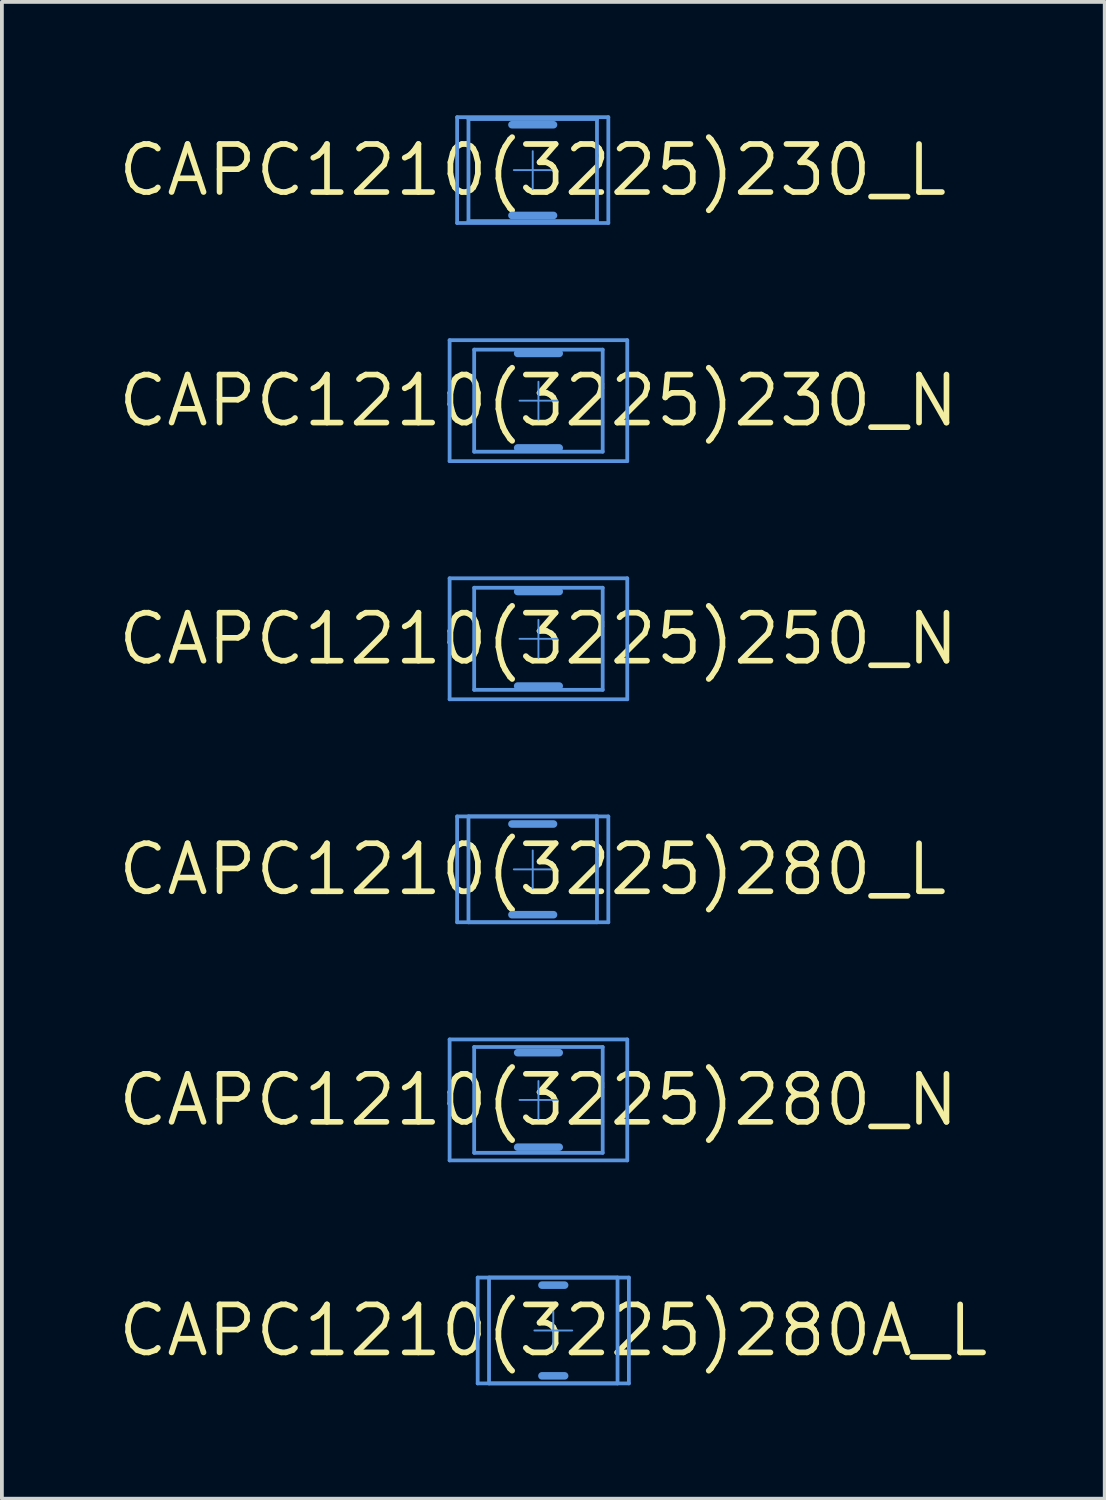
<source format=kicad_pcb>
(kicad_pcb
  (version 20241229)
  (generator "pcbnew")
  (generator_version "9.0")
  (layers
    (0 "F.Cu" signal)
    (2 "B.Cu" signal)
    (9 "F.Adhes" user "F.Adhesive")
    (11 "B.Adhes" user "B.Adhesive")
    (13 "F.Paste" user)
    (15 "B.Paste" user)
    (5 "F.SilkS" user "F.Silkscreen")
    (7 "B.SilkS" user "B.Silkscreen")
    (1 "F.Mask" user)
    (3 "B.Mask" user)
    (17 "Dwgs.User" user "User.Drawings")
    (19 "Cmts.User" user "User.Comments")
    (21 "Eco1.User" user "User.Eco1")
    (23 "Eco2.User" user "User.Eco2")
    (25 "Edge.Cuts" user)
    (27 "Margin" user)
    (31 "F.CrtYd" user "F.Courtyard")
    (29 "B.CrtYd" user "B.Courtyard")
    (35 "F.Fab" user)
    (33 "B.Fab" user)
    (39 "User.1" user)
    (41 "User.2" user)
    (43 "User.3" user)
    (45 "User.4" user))
  (footprint "CAPC1210(3225)280_L"
    (layer "F.Cu")
    (at 11.044 19.95)
    (property "Reference" "CAPC1210(3225)280_L" (at 0 0 0) (layer "F.SilkS") (effects (font (size 1.27 1.27) (thickness 0.15))))
    (attr through_hole)
    (fp_line (start -2 -1.4) (end 2 -1.4) (stroke (width 0.05) (type solid)) (layer "Cmts.User"))
    (fp_line (start -2 -1.4) (end 2 -1.4) (stroke (width 0.1) (type solid)) (layer "Cmts.User"))
    (fp_line (start -2 1.4) (end -2 -1.4) (stroke (width 0.05) (type solid)) (layer "Cmts.User"))
    (fp_line (start -2 1.4) (end -2 -1.4) (stroke (width 0.1) (type solid)) (layer "Cmts.User"))
    (fp_line (start -2 1.4) (end 2 1.4) (stroke (width 0.05) (type solid)) (layer "Cmts.User"))
    (fp_line (start -2 1.4) (end 2 1.4) (stroke (width 0.1) (type solid)) (layer "Cmts.User"))
    (fp_line (start -1.7 -1.4) (end 1.7 -1.4) (stroke (width 0.1) (type solid)) (layer "Cmts.User"))
    (fp_line (start -1.7 1.4) (end -1.7 -1.4) (stroke (width 0.1) (type solid)) (layer "Cmts.User"))
    (fp_line (start -1.7 1.4) (end 1.7 1.4) (stroke (width 0.1) (type solid)) (layer "Cmts.User"))
    (fp_line (start -0.55 -1.2) (end 0.55 -1.2) (stroke (width 0.2) (type solid)) (layer "Cmts.User"))
    (fp_line (start -0.55 1.2) (end 0.55 1.2) (stroke (width 0.2) (type solid)) (layer "Cmts.User"))
    (fp_line (start -0.5 0) (end 0.5 0) (stroke (width 0.05) (type solid)) (layer "Cmts.User"))
    (fp_line (start 0 0.5) (end 0 -0.5) (stroke (width 0.05) (type solid)) (layer "Cmts.User"))
    (fp_line (start 1.7 1.4) (end 1.7 -1.4) (stroke (width 0.1) (type solid)) (layer "Cmts.User"))
    (fp_line (start 2 1.4) (end 2 -1.4) (stroke (width 0.05) (type solid)) (layer "Cmts.User"))
    (fp_line (start 2 1.4) (end 2 -1.4) (stroke (width 0.1) (type solid)) (layer "Cmts.User")))
  (footprint "CAPC1210(3225)280_N"
    (layer "F.Cu")
    (at 11.195 26.05)
    (property "Reference" "CAPC1210(3225)280_N" (at 0 0 0) (layer "F.SilkS") (effects (font (size 1.27 1.27) (thickness 0.15))))
    (attr through_hole)
    (fp_line (start -2.35 -1.6) (end 2.35 -1.6) (stroke (width 0.05) (type solid)) (layer "Cmts.User"))
    (fp_line (start -2.35 -1.6) (end 2.35 -1.6) (stroke (width 0.1) (type solid)) (layer "Cmts.User"))
    (fp_line (start -2.35 1.6) (end -2.35 -1.6) (stroke (width 0.05) (type solid)) (layer "Cmts.User"))
    (fp_line (start -2.35 1.6) (end -2.35 -1.6) (stroke (width 0.1) (type solid)) (layer "Cmts.User"))
    (fp_line (start -2.35 1.6) (end 2.35 1.6) (stroke (width 0.05) (type solid)) (layer "Cmts.User"))
    (fp_line (start -2.35 1.6) (end 2.35 1.6) (stroke (width 0.1) (type solid)) (layer "Cmts.User"))
    (fp_line (start -1.7 -1.4) (end 1.7 -1.4) (stroke (width 0.1) (type solid)) (layer "Cmts.User"))
    (fp_line (start -1.7 1.4) (end -1.7 -1.4) (stroke (width 0.1) (type solid)) (layer "Cmts.User"))
    (fp_line (start -1.7 1.4) (end 1.7 1.4) (stroke (width 0.1) (type solid)) (layer "Cmts.User"))
    (fp_line (start -0.55 -1.25) (end 0.55 -1.25) (stroke (width 0.2) (type solid)) (layer "Cmts.User"))
    (fp_line (start -0.55 1.25) (end 0.55 1.25) (stroke (width 0.2) (type solid)) (layer "Cmts.User"))
    (fp_line (start -0.5 0) (end 0.5 0) (stroke (width 0.05) (type solid)) (layer "Cmts.User"))
    (fp_line (start 0 0.5) (end 0 -0.5) (stroke (width 0.05) (type solid)) (layer "Cmts.User"))
    (fp_line (start 1.7 1.4) (end 1.7 -1.4) (stroke (width 0.1) (type solid)) (layer "Cmts.User"))
    (fp_line (start 2.35 1.6) (end 2.35 -1.6) (stroke (width 0.05) (type solid)) (layer "Cmts.User"))
    (fp_line (start 2.35 1.6) (end 2.35 -1.6) (stroke (width 0.1) (type solid)) (layer "Cmts.User")))
  (footprint "CAPC1210(3225)230_N"
    (layer "F.Cu")
    (at 11.195 7.55)
    (property "Reference" "CAPC1210(3225)230_N" (at 0 0 0) (layer "F.SilkS") (effects (font (size 1.27 1.27) (thickness 0.15))))
    (attr through_hole)
    (fp_line (start -2.35 -1.6) (end 2.35 -1.6) (stroke (width 0.05) (type solid)) (layer "Cmts.User"))
    (fp_line (start -2.35 -1.6) (end 2.35 -1.6) (stroke (width 0.1) (type solid)) (layer "Cmts.User"))
    (fp_line (start -2.35 1.6) (end -2.35 -1.6) (stroke (width 0.05) (type solid)) (layer "Cmts.User"))
    (fp_line (start -2.35 1.6) (end -2.35 -1.6) (stroke (width 0.1) (type solid)) (layer "Cmts.User"))
    (fp_line (start -2.35 1.6) (end 2.35 1.6) (stroke (width 0.05) (type solid)) (layer "Cmts.User"))
    (fp_line (start -2.35 1.6) (end 2.35 1.6) (stroke (width 0.1) (type solid)) (layer "Cmts.User"))
    (fp_line (start -1.7 -1.35) (end 1.7 -1.35) (stroke (width 0.1) (type solid)) (layer "Cmts.User"))
    (fp_line (start -1.7 1.35) (end -1.7 -1.35) (stroke (width 0.1) (type solid)) (layer "Cmts.User"))
    (fp_line (start -1.7 1.35) (end 1.7 1.35) (stroke (width 0.1) (type solid)) (layer "Cmts.User"))
    (fp_line (start -0.55 -1.25) (end 0.55 -1.25) (stroke (width 0.2) (type solid)) (layer "Cmts.User"))
    (fp_line (start -0.55 1.25) (end 0.55 1.25) (stroke (width 0.2) (type solid)) (layer "Cmts.User"))
    (fp_line (start -0.5 0) (end 0.5 0) (stroke (width 0.05) (type solid)) (layer "Cmts.User"))
    (fp_line (start 0 0.5) (end 0 -0.5) (stroke (width 0.05) (type solid)) (layer "Cmts.User"))
    (fp_line (start 1.7 1.35) (end 1.7 -1.35) (stroke (width 0.1) (type solid)) (layer "Cmts.User"))
    (fp_line (start 2.35 1.6) (end 2.35 -1.6) (stroke (width 0.05) (type solid)) (layer "Cmts.User"))
    (fp_line (start 2.35 1.6) (end 2.35 -1.6) (stroke (width 0.1) (type solid)) (layer "Cmts.User")))
  (footprint "CAPC1210(3225)280A_L"
    (layer "F.Cu")
    (at 11.588 32.15)
    (property "Reference" "CAPC1210(3225)280A_L" (at 0 0 0) (layer "F.SilkS") (effects (font (size 1.27 1.27) (thickness 0.15))))
    (attr through_hole)
    (fp_line (start -2 -1.4) (end 2 -1.4) (stroke (width 0.05) (type solid)) (layer "Cmts.User"))
    (fp_line (start -2 -1.4) (end 2 -1.4) (stroke (width 0.1) (type solid)) (layer "Cmts.User"))
    (fp_line (start -2 1.4) (end -2 -1.4) (stroke (width 0.05) (type solid)) (layer "Cmts.User"))
    (fp_line (start -2 1.4) (end -2 -1.4) (stroke (width 0.1) (type solid)) (layer "Cmts.User"))
    (fp_line (start -2 1.4) (end 2 1.4) (stroke (width 0.05) (type solid)) (layer "Cmts.User"))
    (fp_line (start -2 1.4) (end 2 1.4) (stroke (width 0.1) (type solid)) (layer "Cmts.User"))
    (fp_line (start -1.7 -1.4) (end 1.7 -1.4) (stroke (width 0.1) (type solid)) (layer "Cmts.User"))
    (fp_line (start -1.7 1.4) (end -1.7 -1.4) (stroke (width 0.1) (type solid)) (layer "Cmts.User"))
    (fp_line (start -1.7 1.4) (end 1.7 1.4) (stroke (width 0.1) (type solid)) (layer "Cmts.User"))
    (fp_line (start -0.5 0) (end 0.5 0) (stroke (width 0.05) (type solid)) (layer "Cmts.User"))
    (fp_line (start -0.3 -1.2) (end 0.3 -1.2) (stroke (width 0.2) (type solid)) (layer "Cmts.User"))
    (fp_line (start -0.3 1.2) (end 0.3 1.2) (stroke (width 0.2) (type solid)) (layer "Cmts.User"))
    (fp_line (start 0 0.5) (end 0 -0.5) (stroke (width 0.05) (type solid)) (layer "Cmts.User"))
    (fp_line (start 1.7 1.4) (end 1.7 -1.4) (stroke (width 0.1) (type solid)) (layer "Cmts.User"))
    (fp_line (start 2 1.4) (end 2 -1.4) (stroke (width 0.05) (type solid)) (layer "Cmts.User"))
    (fp_line (start 2 1.4) (end 2 -1.4) (stroke (width 0.1) (type solid)) (layer "Cmts.User")))
  (footprint "CAPC1210(3225)230_L"
    (layer "F.Cu")
    (at 11.044 1.45)
    (property "Reference" "CAPC1210(3225)230_L" (at 0 0 0) (layer "F.SilkS") (effects (font (size 1.27 1.27) (thickness 0.15))))
    (attr through_hole)
    (fp_line (start -2 -1.4) (end 2 -1.4) (stroke (width 0.05) (type solid)) (layer "Cmts.User"))
    (fp_line (start -2 -1.4) (end 2 -1.4) (stroke (width 0.1) (type solid)) (layer "Cmts.User"))
    (fp_line (start -2 1.4) (end -2 -1.4) (stroke (width 0.05) (type solid)) (layer "Cmts.User"))
    (fp_line (start -2 1.4) (end -2 -1.4) (stroke (width 0.1) (type solid)) (layer "Cmts.User"))
    (fp_line (start -2 1.4) (end 2 1.4) (stroke (width 0.05) (type solid)) (layer "Cmts.User"))
    (fp_line (start -2 1.4) (end 2 1.4) (stroke (width 0.1) (type solid)) (layer "Cmts.User"))
    (fp_line (start -1.7 -1.35) (end 1.7 -1.35) (stroke (width 0.1) (type solid)) (layer "Cmts.User"))
    (fp_line (start -1.7 1.35) (end -1.7 -1.35) (stroke (width 0.1) (type solid)) (layer "Cmts.User"))
    (fp_line (start -1.7 1.35) (end 1.7 1.35) (stroke (width 0.1) (type solid)) (layer "Cmts.User"))
    (fp_line (start -0.55 -1.2) (end 0.55 -1.2) (stroke (width 0.2) (type solid)) (layer "Cmts.User"))
    (fp_line (start -0.55 1.2) (end 0.55 1.2) (stroke (width 0.2) (type solid)) (layer "Cmts.User"))
    (fp_line (start -0.5 0) (end 0.5 0) (stroke (width 0.05) (type solid)) (layer "Cmts.User"))
    (fp_line (start 0 0.5) (end 0 -0.5) (stroke (width 0.05) (type solid)) (layer "Cmts.User"))
    (fp_line (start 1.7 1.35) (end 1.7 -1.35) (stroke (width 0.1) (type solid)) (layer "Cmts.User"))
    (fp_line (start 2 1.4) (end 2 -1.4) (stroke (width 0.05) (type solid)) (layer "Cmts.User"))
    (fp_line (start 2 1.4) (end 2 -1.4) (stroke (width 0.1) (type solid)) (layer "Cmts.User")))
  (footprint "CAPC1210(3225)250_N"
    (layer "F.Cu")
    (at 11.195 13.85)
    (property "Reference" "CAPC1210(3225)250_N" (at 0 0 0) (layer "F.SilkS") (effects (font (size 1.27 1.27) (thickness 0.15))))
    (attr through_hole)
    (fp_line (start -2.35 -1.6) (end 2.35 -1.6) (stroke (width 0.05) (type solid)) (layer "Cmts.User"))
    (fp_line (start -2.35 -1.6) (end 2.35 -1.6) (stroke (width 0.1) (type solid)) (layer "Cmts.User"))
    (fp_line (start -2.35 1.6) (end -2.35 -1.6) (stroke (width 0.05) (type solid)) (layer "Cmts.User"))
    (fp_line (start -2.35 1.6) (end -2.35 -1.6) (stroke (width 0.1) (type solid)) (layer "Cmts.User"))
    (fp_line (start -2.35 1.6) (end 2.35 1.6) (stroke (width 0.05) (type solid)) (layer "Cmts.User"))
    (fp_line (start -2.35 1.6) (end 2.35 1.6) (stroke (width 0.1) (type solid)) (layer "Cmts.User"))
    (fp_line (start -1.7 -1.35) (end 1.7 -1.35) (stroke (width 0.1) (type solid)) (layer "Cmts.User"))
    (fp_line (start -1.7 1.35) (end -1.7 -1.35) (stroke (width 0.1) (type solid)) (layer "Cmts.User"))
    (fp_line (start -1.7 1.35) (end 1.7 1.35) (stroke (width 0.1) (type solid)) (layer "Cmts.User"))
    (fp_line (start -0.55 -1.25) (end 0.55 -1.25) (stroke (width 0.2) (type solid)) (layer "Cmts.User"))
    (fp_line (start -0.55 1.25) (end 0.55 1.25) (stroke (width 0.2) (type solid)) (layer "Cmts.User"))
    (fp_line (start -0.5 0) (end 0.5 0) (stroke (width 0.05) (type solid)) (layer "Cmts.User"))
    (fp_line (start 0 0.5) (end 0 -0.5) (stroke (width 0.05) (type solid)) (layer "Cmts.User"))
    (fp_line (start 1.7 1.35) (end 1.7 -1.35) (stroke (width 0.1) (type solid)) (layer "Cmts.User"))
    (fp_line (start 2.35 1.6) (end 2.35 -1.6) (stroke (width 0.05) (type solid)) (layer "Cmts.User"))
    (fp_line (start 2.35 1.6) (end 2.35 -1.6) (stroke (width 0.1) (type solid)) (layer "Cmts.User")))
  (gr_rect
    (start -3 -3)
    (end 26.177 36.6)
    (stroke (width 0.1) (type default))
    (fill no)
    (layer "Edge.Cuts")))
</source>
